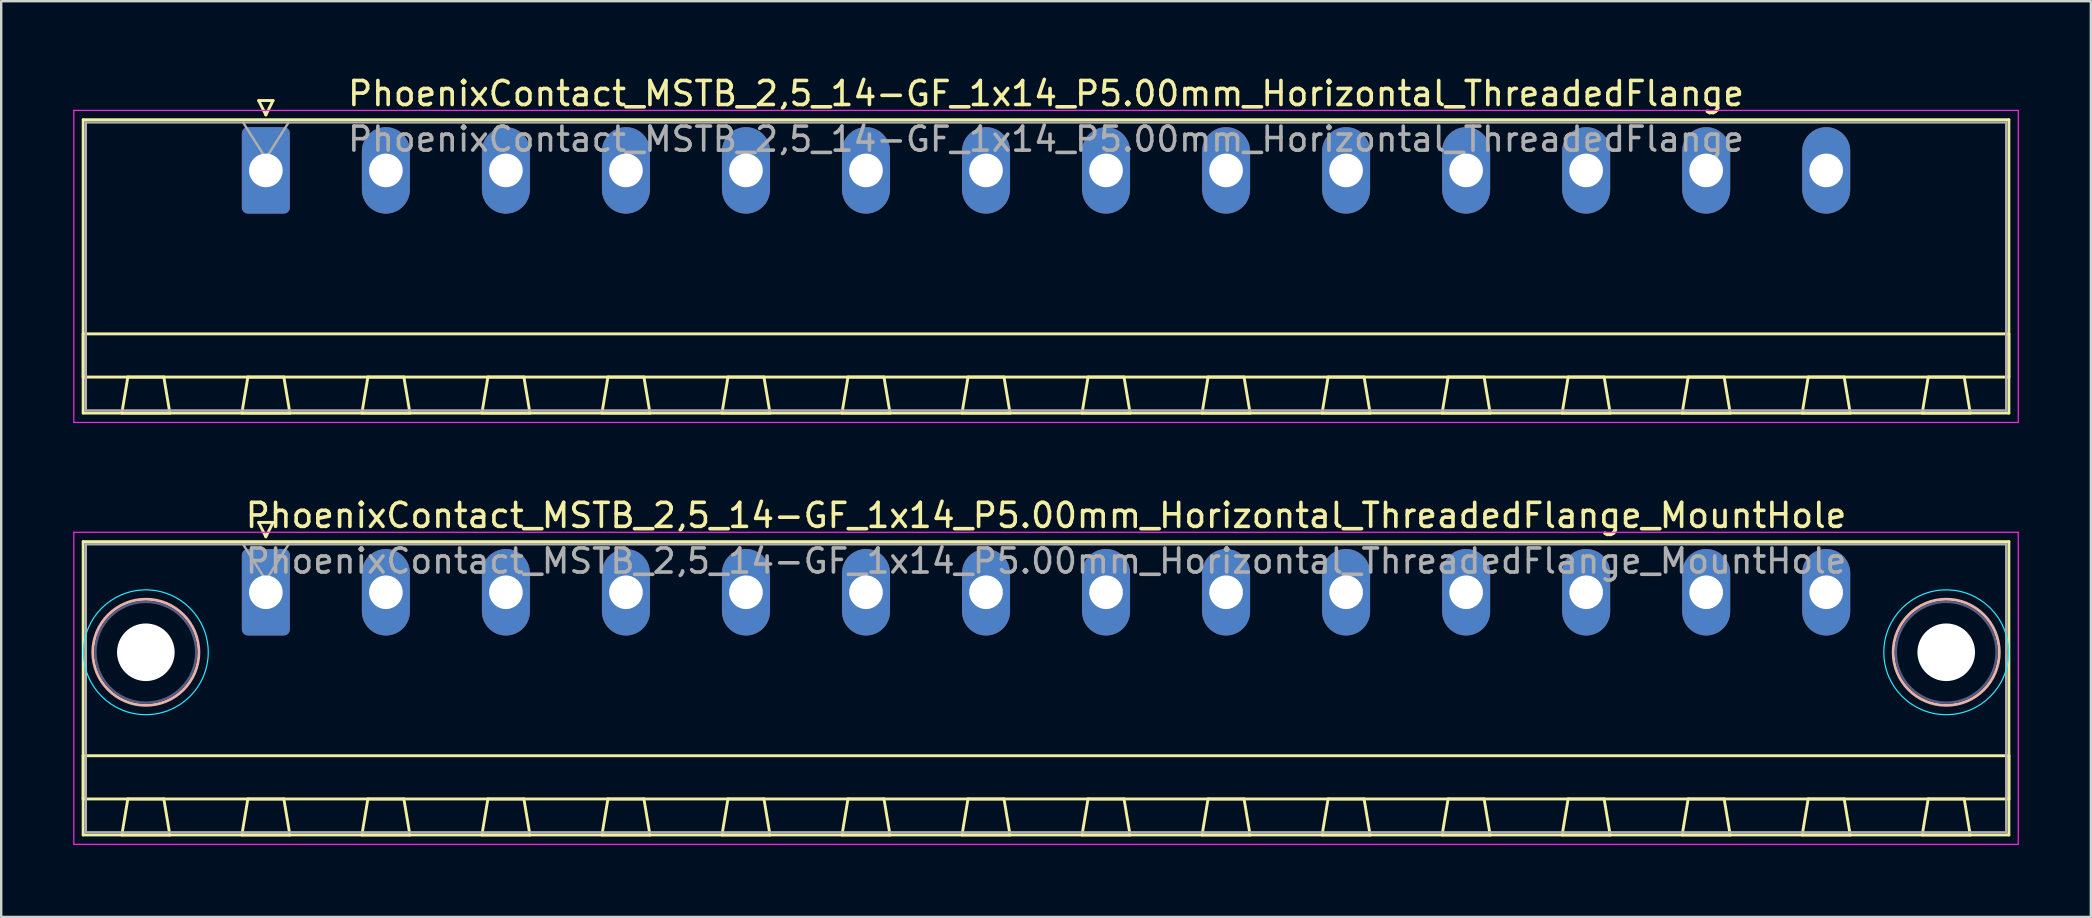
<source format=kicad_pcb>
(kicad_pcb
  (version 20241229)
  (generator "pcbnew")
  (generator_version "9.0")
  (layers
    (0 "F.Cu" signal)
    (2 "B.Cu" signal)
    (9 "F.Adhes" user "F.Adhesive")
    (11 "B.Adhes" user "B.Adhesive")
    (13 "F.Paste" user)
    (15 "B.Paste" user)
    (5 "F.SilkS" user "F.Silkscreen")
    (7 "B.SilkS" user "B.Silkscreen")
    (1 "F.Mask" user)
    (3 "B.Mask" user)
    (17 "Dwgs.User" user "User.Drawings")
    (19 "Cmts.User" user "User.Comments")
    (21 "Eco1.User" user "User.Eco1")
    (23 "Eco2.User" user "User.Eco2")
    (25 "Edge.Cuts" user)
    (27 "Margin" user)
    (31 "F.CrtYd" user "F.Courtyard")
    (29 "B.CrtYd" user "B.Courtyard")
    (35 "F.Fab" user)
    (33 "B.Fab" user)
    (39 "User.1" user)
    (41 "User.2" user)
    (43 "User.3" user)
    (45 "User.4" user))
  (footprint "PhoenixContact_MSTB_2,5_14-GF_1x14_P5.00mm_Horizontal_ThreadedFlange"
    (layer "F.Cu")
    (at 8.025 4.048)
    (property "Reference" "PhoenixContact_MSTB_2,5_14-GF_1x14_P5.00mm_Horizontal_ThreadedFlange" (at 32.5 -3.2 0) (layer "F.SilkS") (effects (font (size 1 1) (thickness 0.15))))
    (attr through_hole)
    (fp_line (start -7.61 -2.11) (end -7.61 10.11) (stroke (width 0.12) (type solid)) (layer "F.SilkS"))
    (fp_line (start -7.61 6.81) (end 72.61 6.81) (stroke (width 0.12) (type solid)) (layer "F.SilkS"))
    (fp_line (start -7.61 8.61) (end -7.61 6.81) (stroke (width 0.12) (type solid)) (layer "F.SilkS"))
    (fp_line (start -7.61 10.11) (end 72.61 10.11) (stroke (width 0.12) (type solid)) (layer "F.SilkS"))
    (fp_line (start -6 10.11) (end -4 10.11) (stroke (width 0.12) (type solid)) (layer "F.SilkS"))
    (fp_line (start -5.75 8.61) (end -6 10.11) (stroke (width 0.12) (type solid)) (layer "F.SilkS"))
    (fp_line (start -4.25 8.61) (end -5.75 8.61) (stroke (width 0.12) (type solid)) (layer "F.SilkS"))
    (fp_line (start -4 10.11) (end -4.25 8.61) (stroke (width 0.12) (type solid)) (layer "F.SilkS"))
    (fp_line (start -1 10.11) (end 1 10.11) (stroke (width 0.12) (type solid)) (layer "F.SilkS"))
    (fp_line (start -0.75 8.61) (end -1 10.11) (stroke (width 0.12) (type solid)) (layer "F.SilkS"))
    (fp_line (start -0.3 -2.91) (end 0.3 -2.91) (stroke (width 0.12) (type solid)) (layer "F.SilkS"))
    (fp_line (start 0 -2.31) (end -0.3 -2.91) (stroke (width 0.12) (type solid)) (layer "F.SilkS"))
    (fp_line (start 0.3 -2.91) (end 0 -2.31) (stroke (width 0.12) (type solid)) (layer "F.SilkS"))
    (fp_line (start 0.75 8.61) (end -0.75 8.61) (stroke (width 0.12) (type solid)) (layer "F.SilkS"))
    (fp_line (start 1 10.11) (end 0.75 8.61) (stroke (width 0.12) (type solid)) (layer "F.SilkS"))
    (fp_line (start 4 10.11) (end 6 10.11) (stroke (width 0.12) (type solid)) (layer "F.SilkS"))
    (fp_line (start 4.25 8.61) (end 4 10.11) (stroke (width 0.12) (type solid)) (layer "F.SilkS"))
    (fp_line (start 5.75 8.61) (end 4.25 8.61) (stroke (width 0.12) (type solid)) (layer "F.SilkS"))
    (fp_line (start 6 10.11) (end 5.75 8.61) (stroke (width 0.12) (type solid)) (layer "F.SilkS"))
    (fp_line (start 9 10.11) (end 11 10.11) (stroke (width 0.12) (type solid)) (layer "F.SilkS"))
    (fp_line (start 9.25 8.61) (end 9 10.11) (stroke (width 0.12) (type solid)) (layer "F.SilkS"))
    (fp_line (start 10.75 8.61) (end 9.25 8.61) (stroke (width 0.12) (type solid)) (layer "F.SilkS"))
    (fp_line (start 11 10.11) (end 10.75 8.61) (stroke (width 0.12) (type solid)) (layer "F.SilkS"))
    (fp_line (start 14 10.11) (end 16 10.11) (stroke (width 0.12) (type solid)) (layer "F.SilkS"))
    (fp_line (start 14.25 8.61) (end 14 10.11) (stroke (width 0.12) (type solid)) (layer "F.SilkS"))
    (fp_line (start 15.75 8.61) (end 14.25 8.61) (stroke (width 0.12) (type solid)) (layer "F.SilkS"))
    (fp_line (start 16 10.11) (end 15.75 8.61) (stroke (width 0.12) (type solid)) (layer "F.SilkS"))
    (fp_line (start 19 10.11) (end 21 10.11) (stroke (width 0.12) (type solid)) (layer "F.SilkS"))
    (fp_line (start 19.25 8.61) (end 19 10.11) (stroke (width 0.12) (type solid)) (layer "F.SilkS"))
    (fp_line (start 20.75 8.61) (end 19.25 8.61) (stroke (width 0.12) (type solid)) (layer "F.SilkS"))
    (fp_line (start 21 10.11) (end 20.75 8.61) (stroke (width 0.12) (type solid)) (layer "F.SilkS"))
    (fp_line (start 24 10.11) (end 26 10.11) (stroke (width 0.12) (type solid)) (layer "F.SilkS"))
    (fp_line (start 24.25 8.61) (end 24 10.11) (stroke (width 0.12) (type solid)) (layer "F.SilkS"))
    (fp_line (start 25.75 8.61) (end 24.25 8.61) (stroke (width 0.12) (type solid)) (layer "F.SilkS"))
    (fp_line (start 26 10.11) (end 25.75 8.61) (stroke (width 0.12) (type solid)) (layer "F.SilkS"))
    (fp_line (start 29 10.11) (end 31 10.11) (stroke (width 0.12) (type solid)) (layer "F.SilkS"))
    (fp_line (start 29.25 8.61) (end 29 10.11) (stroke (width 0.12) (type solid)) (layer "F.SilkS"))
    (fp_line (start 30.75 8.61) (end 29.25 8.61) (stroke (width 0.12) (type solid)) (layer "F.SilkS"))
    (fp_line (start 31 10.11) (end 30.75 8.61) (stroke (width 0.12) (type solid)) (layer "F.SilkS"))
    (fp_line (start 34 10.11) (end 36 10.11) (stroke (width 0.12) (type solid)) (layer "F.SilkS"))
    (fp_line (start 34.25 8.61) (end 34 10.11) (stroke (width 0.12) (type solid)) (layer "F.SilkS"))
    (fp_line (start 35.75 8.61) (end 34.25 8.61) (stroke (width 0.12) (type solid)) (layer "F.SilkS"))
    (fp_line (start 36 10.11) (end 35.75 8.61) (stroke (width 0.12) (type solid)) (layer "F.SilkS"))
    (fp_line (start 39 10.11) (end 41 10.11) (stroke (width 0.12) (type solid)) (layer "F.SilkS"))
    (fp_line (start 39.25 8.61) (end 39 10.11) (stroke (width 0.12) (type solid)) (layer "F.SilkS"))
    (fp_line (start 40.75 8.61) (end 39.25 8.61) (stroke (width 0.12) (type solid)) (layer "F.SilkS"))
    (fp_line (start 41 10.11) (end 40.75 8.61) (stroke (width 0.12) (type solid)) (layer "F.SilkS"))
    (fp_line (start 44 10.11) (end 46 10.11) (stroke (width 0.12) (type solid)) (layer "F.SilkS"))
    (fp_line (start 44.25 8.61) (end 44 10.11) (stroke (width 0.12) (type solid)) (layer "F.SilkS"))
    (fp_line (start 45.75 8.61) (end 44.25 8.61) (stroke (width 0.12) (type solid)) (layer "F.SilkS"))
    (fp_line (start 46 10.11) (end 45.75 8.61) (stroke (width 0.12) (type solid)) (layer "F.SilkS"))
    (fp_line (start 49 10.11) (end 51 10.11) (stroke (width 0.12) (type solid)) (layer "F.SilkS"))
    (fp_line (start 49.25 8.61) (end 49 10.11) (stroke (width 0.12) (type solid)) (layer "F.SilkS"))
    (fp_line (start 50.75 8.61) (end 49.25 8.61) (stroke (width 0.12) (type solid)) (layer "F.SilkS"))
    (fp_line (start 51 10.11) (end 50.75 8.61) (stroke (width 0.12) (type solid)) (layer "F.SilkS"))
    (fp_line (start 54 10.11) (end 56 10.11) (stroke (width 0.12) (type solid)) (layer "F.SilkS"))
    (fp_line (start 54.25 8.61) (end 54 10.11) (stroke (width 0.12) (type solid)) (layer "F.SilkS"))
    (fp_line (start 55.75 8.61) (end 54.25 8.61) (stroke (width 0.12) (type solid)) (layer "F.SilkS"))
    (fp_line (start 56 10.11) (end 55.75 8.61) (stroke (width 0.12) (type solid)) (layer "F.SilkS"))
    (fp_line (start 59 10.11) (end 61 10.11) (stroke (width 0.12) (type solid)) (layer "F.SilkS"))
    (fp_line (start 59.25 8.61) (end 59 10.11) (stroke (width 0.12) (type solid)) (layer "F.SilkS"))
    (fp_line (start 60.75 8.61) (end 59.25 8.61) (stroke (width 0.12) (type solid)) (layer "F.SilkS"))
    (fp_line (start 61 10.11) (end 60.75 8.61) (stroke (width 0.12) (type solid)) (layer "F.SilkS"))
    (fp_line (start 64 10.11) (end 66 10.11) (stroke (width 0.12) (type solid)) (layer "F.SilkS"))
    (fp_line (start 64.25 8.61) (end 64 10.11) (stroke (width 0.12) (type solid)) (layer "F.SilkS"))
    (fp_line (start 65.75 8.61) (end 64.25 8.61) (stroke (width 0.12) (type solid)) (layer "F.SilkS"))
    (fp_line (start 66 10.11) (end 65.75 8.61) (stroke (width 0.12) (type solid)) (layer "F.SilkS"))
    (fp_line (start 69 10.11) (end 71 10.11) (stroke (width 0.12) (type solid)) (layer "F.SilkS"))
    (fp_line (start 69.25 8.61) (end 69 10.11) (stroke (width 0.12) (type solid)) (layer "F.SilkS"))
    (fp_line (start 70.75 8.61) (end 69.25 8.61) (stroke (width 0.12) (type solid)) (layer "F.SilkS"))
    (fp_line (start 71 10.11) (end 70.75 8.61) (stroke (width 0.12) (type solid)) (layer "F.SilkS"))
    (fp_line (start 72.61 -2.11) (end -7.61 -2.11) (stroke (width 0.12) (type solid)) (layer "F.SilkS"))
    (fp_line (start 72.61 6.81) (end 72.61 8.61) (stroke (width 0.12) (type solid)) (layer "F.SilkS"))
    (fp_line (start 72.61 8.61) (end -7.61 8.61) (stroke (width 0.12) (type solid)) (layer "F.SilkS"))
    (fp_line (start 72.61 10.11) (end 72.61 -2.11) (stroke (width 0.12) (type solid)) (layer "F.SilkS"))
    (fp_line (start -8 -2.5) (end -8 10.5) (stroke (width 0.05) (type solid)) (layer "F.CrtYd"))
    (fp_line (start -8 10.5) (end 73 10.5) (stroke (width 0.05) (type solid)) (layer "F.CrtYd"))
    (fp_line (start 73 -2.5) (end -8 -2.5) (stroke (width 0.05) (type solid)) (layer "F.CrtYd"))
    (fp_line (start 73 10.5) (end 73 -2.5) (stroke (width 0.05) (type solid)) (layer "F.CrtYd"))
    (fp_line (start -7.5 -2) (end -7.5 10) (stroke (width 0.1) (type solid)) (layer "F.Fab"))
    (fp_line (start -7.5 10) (end 72.5 10) (stroke (width 0.1) (type solid)) (layer "F.Fab"))
    (fp_line (start 0 -0.5) (end -0.95 -2) (stroke (width 0.1) (type solid)) (layer "F.Fab"))
    (fp_line (start 0.95 -2) (end 0 -0.5) (stroke (width 0.1) (type solid)) (layer "F.Fab"))
    (fp_line (start 72.5 -2) (end -7.5 -2) (stroke (width 0.1) (type solid)) (layer "F.Fab"))
    (fp_line (start 72.5 10) (end 72.5 -2) (stroke (width 0.1) (type solid)) (layer "F.Fab"))
    (fp_text user "${REFERENCE}" (at 32.5 -1.3 0) (layer "F.Fab") (effects (font (size 1 1) (thickness 0.15))))
    (pad "1" thru_hole roundrect (at 0 0) (size 2 3.6) (drill 1.4) (layers "*.Cu" "*.Mask") (roundrect_rratio 0.125))
    (pad "2" thru_hole oval (at 5 0) (size 2 3.6) (drill 1.4) (layers "*.Cu" "*.Mask"))
    (pad "3" thru_hole oval (at 10 0) (size 2 3.6) (drill 1.4) (layers "*.Cu" "*.Mask"))
    (pad "4" thru_hole oval (at 15 0) (size 2 3.6) (drill 1.4) (layers "*.Cu" "*.Mask"))
    (pad "5" thru_hole oval (at 20 0) (size 2 3.6) (drill 1.4) (layers "*.Cu" "*.Mask"))
    (pad "6" thru_hole oval (at 25 0) (size 2 3.6) (drill 1.4) (layers "*.Cu" "*.Mask"))
    (pad "7" thru_hole oval (at 30 0) (size 2 3.6) (drill 1.4) (layers "*.Cu" "*.Mask"))
    (pad "8" thru_hole oval (at 35 0) (size 2 3.6) (drill 1.4) (layers "*.Cu" "*.Mask"))
    (pad "9" thru_hole oval (at 40 0) (size 2 3.6) (drill 1.4) (layers "*.Cu" "*.Mask"))
    (pad "10" thru_hole oval (at 45 0) (size 2 3.6) (drill 1.4) (layers "*.Cu" "*.Mask"))
    (pad "11" thru_hole oval (at 50 0) (size 2 3.6) (drill 1.4) (layers "*.Cu" "*.Mask"))
    (pad "12" thru_hole oval (at 55 0) (size 2 3.6) (drill 1.4) (layers "*.Cu" "*.Mask"))
    (pad "13" thru_hole oval (at 60 0) (size 2 3.6) (drill 1.4) (layers "*.Cu" "*.Mask"))
    (pad "14" thru_hole oval (at 65 0) (size 2 3.6) (drill 1.4) (layers "*.Cu" "*.Mask")))
  (footprint "PhoenixContact_MSTB_2,5_14-GF_1x14_P5.00mm_Horizontal_ThreadedFlange_MountHole"
    (layer "F.Cu")
    (at 8.025 21.622)
    (property "Reference" "PhoenixContact_MSTB_2,5_14-GF_1x14_P5.00mm_Horizontal_ThreadedFlange_MountHole" (at 32.5 -3.2 0) (layer "F.SilkS") (effects (font (size 1 1) (thickness 0.15))))
    (attr through_hole)
    (fp_line (start -7.61 -2.11) (end -7.61 10.11) (stroke (width 0.12) (type solid)) (layer "F.SilkS"))
    (fp_line (start -7.61 6.81) (end 72.61 6.81) (stroke (width 0.12) (type solid)) (layer "F.SilkS"))
    (fp_line (start -7.61 8.61) (end -7.61 6.81) (stroke (width 0.12) (type solid)) (layer "F.SilkS"))
    (fp_line (start -7.61 10.11) (end 72.61 10.11) (stroke (width 0.12) (type solid)) (layer "F.SilkS"))
    (fp_line (start -6 10.11) (end -4 10.11) (stroke (width 0.12) (type solid)) (layer "F.SilkS"))
    (fp_line (start -5.75 8.61) (end -6 10.11) (stroke (width 0.12) (type solid)) (layer "F.SilkS"))
    (fp_line (start -4.25 8.61) (end -5.75 8.61) (stroke (width 0.12) (type solid)) (layer "F.SilkS"))
    (fp_line (start -4 10.11) (end -4.25 8.61) (stroke (width 0.12) (type solid)) (layer "F.SilkS"))
    (fp_line (start -1 10.11) (end 1 10.11) (stroke (width 0.12) (type solid)) (layer "F.SilkS"))
    (fp_line (start -0.75 8.61) (end -1 10.11) (stroke (width 0.12) (type solid)) (layer "F.SilkS"))
    (fp_line (start -0.3 -2.91) (end 0.3 -2.91) (stroke (width 0.12) (type solid)) (layer "F.SilkS"))
    (fp_line (start 0 -2.31) (end -0.3 -2.91) (stroke (width 0.12) (type solid)) (layer "F.SilkS"))
    (fp_line (start 0.3 -2.91) (end 0 -2.31) (stroke (width 0.12) (type solid)) (layer "F.SilkS"))
    (fp_line (start 0.75 8.61) (end -0.75 8.61) (stroke (width 0.12) (type solid)) (layer "F.SilkS"))
    (fp_line (start 1 10.11) (end 0.75 8.61) (stroke (width 0.12) (type solid)) (layer "F.SilkS"))
    (fp_line (start 4 10.11) (end 6 10.11) (stroke (width 0.12) (type solid)) (layer "F.SilkS"))
    (fp_line (start 4.25 8.61) (end 4 10.11) (stroke (width 0.12) (type solid)) (layer "F.SilkS"))
    (fp_line (start 5.75 8.61) (end 4.25 8.61) (stroke (width 0.12) (type solid)) (layer "F.SilkS"))
    (fp_line (start 6 10.11) (end 5.75 8.61) (stroke (width 0.12) (type solid)) (layer "F.SilkS"))
    (fp_line (start 9 10.11) (end 11 10.11) (stroke (width 0.12) (type solid)) (layer "F.SilkS"))
    (fp_line (start 9.25 8.61) (end 9 10.11) (stroke (width 0.12) (type solid)) (layer "F.SilkS"))
    (fp_line (start 10.75 8.61) (end 9.25 8.61) (stroke (width 0.12) (type solid)) (layer "F.SilkS"))
    (fp_line (start 11 10.11) (end 10.75 8.61) (stroke (width 0.12) (type solid)) (layer "F.SilkS"))
    (fp_line (start 14 10.11) (end 16 10.11) (stroke (width 0.12) (type solid)) (layer "F.SilkS"))
    (fp_line (start 14.25 8.61) (end 14 10.11) (stroke (width 0.12) (type solid)) (layer "F.SilkS"))
    (fp_line (start 15.75 8.61) (end 14.25 8.61) (stroke (width 0.12) (type solid)) (layer "F.SilkS"))
    (fp_line (start 16 10.11) (end 15.75 8.61) (stroke (width 0.12) (type solid)) (layer "F.SilkS"))
    (fp_line (start 19 10.11) (end 21 10.11) (stroke (width 0.12) (type solid)) (layer "F.SilkS"))
    (fp_line (start 19.25 8.61) (end 19 10.11) (stroke (width 0.12) (type solid)) (layer "F.SilkS"))
    (fp_line (start 20.75 8.61) (end 19.25 8.61) (stroke (width 0.12) (type solid)) (layer "F.SilkS"))
    (fp_line (start 21 10.11) (end 20.75 8.61) (stroke (width 0.12) (type solid)) (layer "F.SilkS"))
    (fp_line (start 24 10.11) (end 26 10.11) (stroke (width 0.12) (type solid)) (layer "F.SilkS"))
    (fp_line (start 24.25 8.61) (end 24 10.11) (stroke (width 0.12) (type solid)) (layer "F.SilkS"))
    (fp_line (start 25.75 8.61) (end 24.25 8.61) (stroke (width 0.12) (type solid)) (layer "F.SilkS"))
    (fp_line (start 26 10.11) (end 25.75 8.61) (stroke (width 0.12) (type solid)) (layer "F.SilkS"))
    (fp_line (start 29 10.11) (end 31 10.11) (stroke (width 0.12) (type solid)) (layer "F.SilkS"))
    (fp_line (start 29.25 8.61) (end 29 10.11) (stroke (width 0.12) (type solid)) (layer "F.SilkS"))
    (fp_line (start 30.75 8.61) (end 29.25 8.61) (stroke (width 0.12) (type solid)) (layer "F.SilkS"))
    (fp_line (start 31 10.11) (end 30.75 8.61) (stroke (width 0.12) (type solid)) (layer "F.SilkS"))
    (fp_line (start 34 10.11) (end 36 10.11) (stroke (width 0.12) (type solid)) (layer "F.SilkS"))
    (fp_line (start 34.25 8.61) (end 34 10.11) (stroke (width 0.12) (type solid)) (layer "F.SilkS"))
    (fp_line (start 35.75 8.61) (end 34.25 8.61) (stroke (width 0.12) (type solid)) (layer "F.SilkS"))
    (fp_line (start 36 10.11) (end 35.75 8.61) (stroke (width 0.12) (type solid)) (layer "F.SilkS"))
    (fp_line (start 39 10.11) (end 41 10.11) (stroke (width 0.12) (type solid)) (layer "F.SilkS"))
    (fp_line (start 39.25 8.61) (end 39 10.11) (stroke (width 0.12) (type solid)) (layer "F.SilkS"))
    (fp_line (start 40.75 8.61) (end 39.25 8.61) (stroke (width 0.12) (type solid)) (layer "F.SilkS"))
    (fp_line (start 41 10.11) (end 40.75 8.61) (stroke (width 0.12) (type solid)) (layer "F.SilkS"))
    (fp_line (start 44 10.11) (end 46 10.11) (stroke (width 0.12) (type solid)) (layer "F.SilkS"))
    (fp_line (start 44.25 8.61) (end 44 10.11) (stroke (width 0.12) (type solid)) (layer "F.SilkS"))
    (fp_line (start 45.75 8.61) (end 44.25 8.61) (stroke (width 0.12) (type solid)) (layer "F.SilkS"))
    (fp_line (start 46 10.11) (end 45.75 8.61) (stroke (width 0.12) (type solid)) (layer "F.SilkS"))
    (fp_line (start 49 10.11) (end 51 10.11) (stroke (width 0.12) (type solid)) (layer "F.SilkS"))
    (fp_line (start 49.25 8.61) (end 49 10.11) (stroke (width 0.12) (type solid)) (layer "F.SilkS"))
    (fp_line (start 50.75 8.61) (end 49.25 8.61) (stroke (width 0.12) (type solid)) (layer "F.SilkS"))
    (fp_line (start 51 10.11) (end 50.75 8.61) (stroke (width 0.12) (type solid)) (layer "F.SilkS"))
    (fp_line (start 54 10.11) (end 56 10.11) (stroke (width 0.12) (type solid)) (layer "F.SilkS"))
    (fp_line (start 54.25 8.61) (end 54 10.11) (stroke (width 0.12) (type solid)) (layer "F.SilkS"))
    (fp_line (start 55.75 8.61) (end 54.25 8.61) (stroke (width 0.12) (type solid)) (layer "F.SilkS"))
    (fp_line (start 56 10.11) (end 55.75 8.61) (stroke (width 0.12) (type solid)) (layer "F.SilkS"))
    (fp_line (start 59 10.11) (end 61 10.11) (stroke (width 0.12) (type solid)) (layer "F.SilkS"))
    (fp_line (start 59.25 8.61) (end 59 10.11) (stroke (width 0.12) (type solid)) (layer "F.SilkS"))
    (fp_line (start 60.75 8.61) (end 59.25 8.61) (stroke (width 0.12) (type solid)) (layer "F.SilkS"))
    (fp_line (start 61 10.11) (end 60.75 8.61) (stroke (width 0.12) (type solid)) (layer "F.SilkS"))
    (fp_line (start 64 10.11) (end 66 10.11) (stroke (width 0.12) (type solid)) (layer "F.SilkS"))
    (fp_line (start 64.25 8.61) (end 64 10.11) (stroke (width 0.12) (type solid)) (layer "F.SilkS"))
    (fp_line (start 65.75 8.61) (end 64.25 8.61) (stroke (width 0.12) (type solid)) (layer "F.SilkS"))
    (fp_line (start 66 10.11) (end 65.75 8.61) (stroke (width 0.12) (type solid)) (layer "F.SilkS"))
    (fp_line (start 69 10.11) (end 71 10.11) (stroke (width 0.12) (type solid)) (layer "F.SilkS"))
    (fp_line (start 69.25 8.61) (end 69 10.11) (stroke (width 0.12) (type solid)) (layer "F.SilkS"))
    (fp_line (start 70.75 8.61) (end 69.25 8.61) (stroke (width 0.12) (type solid)) (layer "F.SilkS"))
    (fp_line (start 71 10.11) (end 70.75 8.61) (stroke (width 0.12) (type solid)) (layer "F.SilkS"))
    (fp_line (start 72.61 -2.11) (end -7.61 -2.11) (stroke (width 0.12) (type solid)) (layer "F.SilkS"))
    (fp_line (start 72.61 6.81) (end 72.61 8.61) (stroke (width 0.12) (type solid)) (layer "F.SilkS"))
    (fp_line (start 72.61 8.61) (end -7.61 8.61) (stroke (width 0.12) (type solid)) (layer "F.SilkS"))
    (fp_line (start 72.61 10.11) (end 72.61 -2.11) (stroke (width 0.12) (type solid)) (layer "F.SilkS"))
    (fp_circle (center -5 2.5) (end -2.79 2.5) (stroke (width 0.12) (type solid)) (fill no) (layer "B.SilkS"))
    (fp_circle (center 70 2.5) (end 72.21 2.5) (stroke (width 0.12) (type solid)) (fill no) (layer "B.SilkS"))
    (fp_circle (center -5 2.5) (end -2.4 2.5) (stroke (width 0.05) (type solid)) (fill no) (layer "B.CrtYd"))
    (fp_circle (center 70 2.5) (end 72.6 2.5) (stroke (width 0.05) (type solid)) (fill no) (layer "B.CrtYd"))
    (fp_line (start -8 -2.5) (end -8 10.5) (stroke (width 0.05) (type solid)) (layer "F.CrtYd"))
    (fp_line (start -8 10.5) (end 73 10.5) (stroke (width 0.05) (type solid)) (layer "F.CrtYd"))
    (fp_line (start 73 -2.5) (end -8 -2.5) (stroke (width 0.05) (type solid)) (layer "F.CrtYd"))
    (fp_line (start 73 10.5) (end 73 -2.5) (stroke (width 0.05) (type solid)) (layer "F.CrtYd"))
    (fp_circle (center -5 2.5) (end -2.9 2.5) (stroke (width 0.1) (type solid)) (fill no) (layer "B.Fab"))
    (fp_circle (center 70 2.5) (end 72.1 2.5) (stroke (width 0.1) (type solid)) (fill no) (layer "B.Fab"))
    (fp_line (start -7.5 -2) (end -7.5 10) (stroke (width 0.1) (type solid)) (layer "F.Fab"))
    (fp_line (start -7.5 10) (end 72.5 10) (stroke (width 0.1) (type solid)) (layer "F.Fab"))
    (fp_line (start 0 -0.5) (end -0.95 -2) (stroke (width 0.1) (type solid)) (layer "F.Fab"))
    (fp_line (start 0.95 -2) (end 0 -0.5) (stroke (width 0.1) (type solid)) (layer "F.Fab"))
    (fp_line (start 72.5 -2) (end -7.5 -2) (stroke (width 0.1) (type solid)) (layer "F.Fab"))
    (fp_line (start 72.5 10) (end 72.5 -2) (stroke (width 0.1) (type solid)) (layer "F.Fab"))
    (fp_text user "${REFERENCE}" (at 32.5 -1.3 0) (layer "F.Fab") (effects (font (size 1 1) (thickness 0.15))))
    (pad "" np_thru_hole circle (at -5 2.5) (size 2.4 2.4) (drill 2.4) (layers "*.Cu" "*.Mask"))
    (pad "" np_thru_hole circle (at 70 2.5) (size 2.4 2.4) (drill 2.4) (layers "*.Cu" "*.Mask"))
    (pad "1" thru_hole roundrect (at 0 0) (size 2 3.6) (drill 1.4) (layers "*.Cu" "*.Mask") (roundrect_rratio 0.125))
    (pad "2" thru_hole oval (at 5 0) (size 2 3.6) (drill 1.4) (layers "*.Cu" "*.Mask"))
    (pad "3" thru_hole oval (at 10 0) (size 2 3.6) (drill 1.4) (layers "*.Cu" "*.Mask"))
    (pad "4" thru_hole oval (at 15 0) (size 2 3.6) (drill 1.4) (layers "*.Cu" "*.Mask"))
    (pad "5" thru_hole oval (at 20 0) (size 2 3.6) (drill 1.4) (layers "*.Cu" "*.Mask"))
    (pad "6" thru_hole oval (at 25 0) (size 2 3.6) (drill 1.4) (layers "*.Cu" "*.Mask"))
    (pad "7" thru_hole oval (at 30 0) (size 2 3.6) (drill 1.4) (layers "*.Cu" "*.Mask"))
    (pad "8" thru_hole oval (at 35 0) (size 2 3.6) (drill 1.4) (layers "*.Cu" "*.Mask"))
    (pad "9" thru_hole oval (at 40 0) (size 2 3.6) (drill 1.4) (layers "*.Cu" "*.Mask"))
    (pad "10" thru_hole oval (at 45 0) (size 2 3.6) (drill 1.4) (layers "*.Cu" "*.Mask"))
    (pad "11" thru_hole oval (at 50 0) (size 2 3.6) (drill 1.4) (layers "*.Cu" "*.Mask"))
    (pad "12" thru_hole oval (at 55 0) (size 2 3.6) (drill 1.4) (layers "*.Cu" "*.Mask"))
    (pad "13" thru_hole oval (at 60 0) (size 2 3.6) (drill 1.4) (layers "*.Cu" "*.Mask"))
    (pad "14" thru_hole oval (at 65 0) (size 2 3.6) (drill 1.4) (layers "*.Cu" "*.Mask")))
  (gr_rect
    (start -3 -3)
    (end 84.05 35.147)
    (stroke (width 0.1) (type default))
    (fill no)
    (layer "Edge.Cuts")))
</source>
